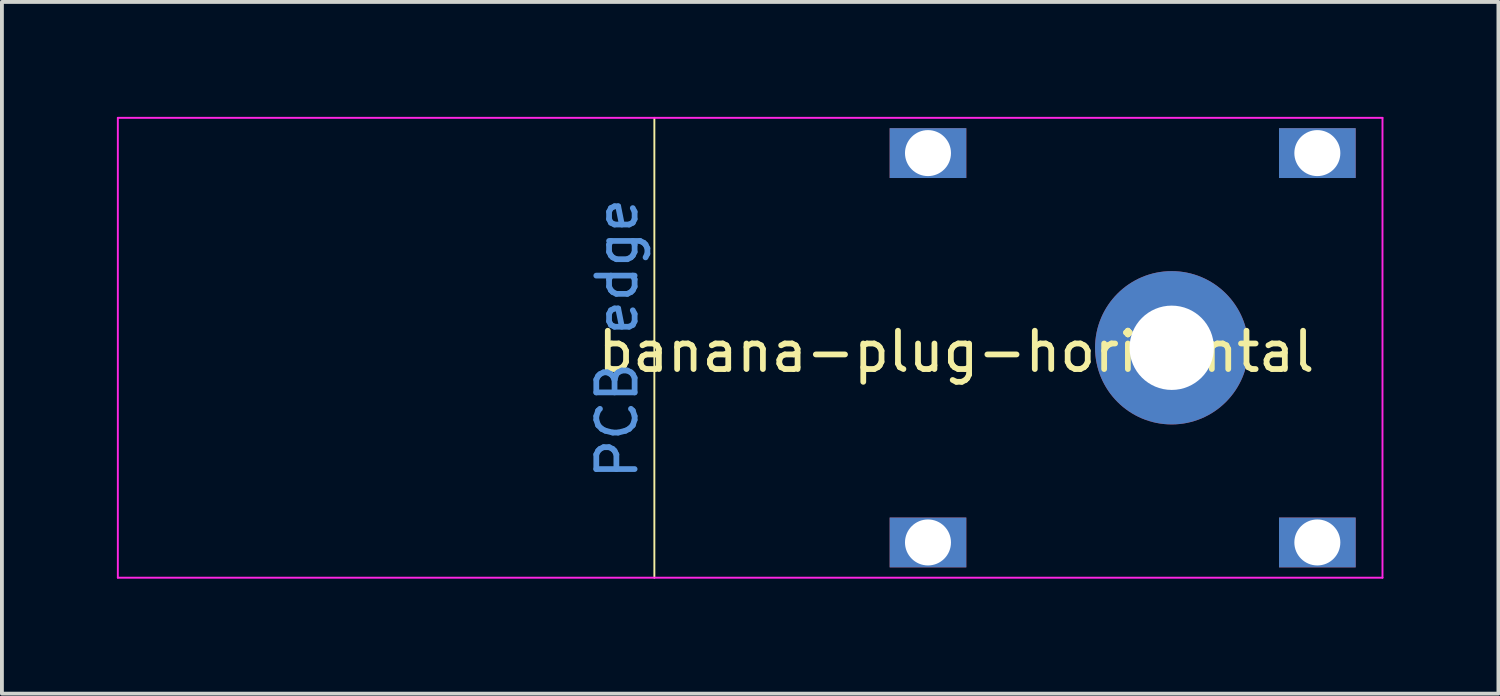
<source format=kicad_pcb>
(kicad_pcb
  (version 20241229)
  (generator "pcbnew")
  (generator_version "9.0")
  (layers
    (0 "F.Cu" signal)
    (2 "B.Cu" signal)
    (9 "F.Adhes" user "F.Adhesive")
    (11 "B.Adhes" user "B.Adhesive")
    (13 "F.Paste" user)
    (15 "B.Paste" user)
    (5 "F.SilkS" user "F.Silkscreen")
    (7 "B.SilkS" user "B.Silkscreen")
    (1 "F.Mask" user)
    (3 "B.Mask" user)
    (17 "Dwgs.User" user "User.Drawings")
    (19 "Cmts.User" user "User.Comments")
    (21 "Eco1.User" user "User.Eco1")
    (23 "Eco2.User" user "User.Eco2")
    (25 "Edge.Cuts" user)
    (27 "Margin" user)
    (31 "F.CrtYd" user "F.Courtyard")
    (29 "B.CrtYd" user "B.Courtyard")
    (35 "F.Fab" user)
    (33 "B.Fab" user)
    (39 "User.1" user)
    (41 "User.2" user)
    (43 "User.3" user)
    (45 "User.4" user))
  (footprint "banana-plug-horizontal"
    (layer "F.Cu")
    (at 27.525 6.025)
    (property "Reference" "banana-plug-horizontal" (at -5.62 0.1 0) (layer "F.SilkS") (effects (font (size 1 1) (thickness 0.15))))
    (attr smd)
    (fp_line (start -13.5 -6) (end -13.5 6) (stroke (width 0.05) (type solid)) (layer "F.SilkS"))
    (fp_line (start -27.5 -6) (end -27.5 6) (stroke (width 0.05) (type solid)) (layer "F.CrtYd"))
    (fp_line (start -27.5 -6) (end 5.5 -6) (stroke (width 0.05) (type solid)) (layer "F.CrtYd"))
    (fp_line (start -27.5 6) (end 5.5 6) (stroke (width 0.05) (type solid)) (layer "F.CrtYd"))
    (fp_line (start 5.5 6) (end 5.5 -6) (stroke (width 0.05) (type solid)) (layer "F.CrtYd"))
    (fp_text user "PCB edge" (at -14.47 -0.24 90) (layer "Cmts.User") (effects (font (size 1 1) (thickness 0.15))))
    (pad "1" thru_hole rect (at -6.36 -5.08) (size 2 1.3) (drill 1.2) (layers "*.Cu" "*.Mask"))
    (pad "1" thru_hole rect (at -6.36 5.08) (size 2 1.3) (drill 1.2) (layers "*.Cu" "*.Mask"))
    (pad "1" thru_hole circle (at 0 0) (size 4 4) (drill 2.2) (layers "*.Cu" "*.Mask"))
    (pad "1" thru_hole rect (at 3.8 -5.08) (size 2 1.3) (drill 1.2) (layers "*.Cu" "*.Mask"))
    (pad "1" thru_hole rect (at 3.8 5.08) (size 2 1.3) (drill 1.2) (layers "*.Cu" "*.Mask")))
  (gr_rect
    (start -3 -3)
    (end 36.05 15.05)
    (stroke (width 0.1) (type default))
    (fill no)
    (layer "Edge.Cuts")))
</source>
